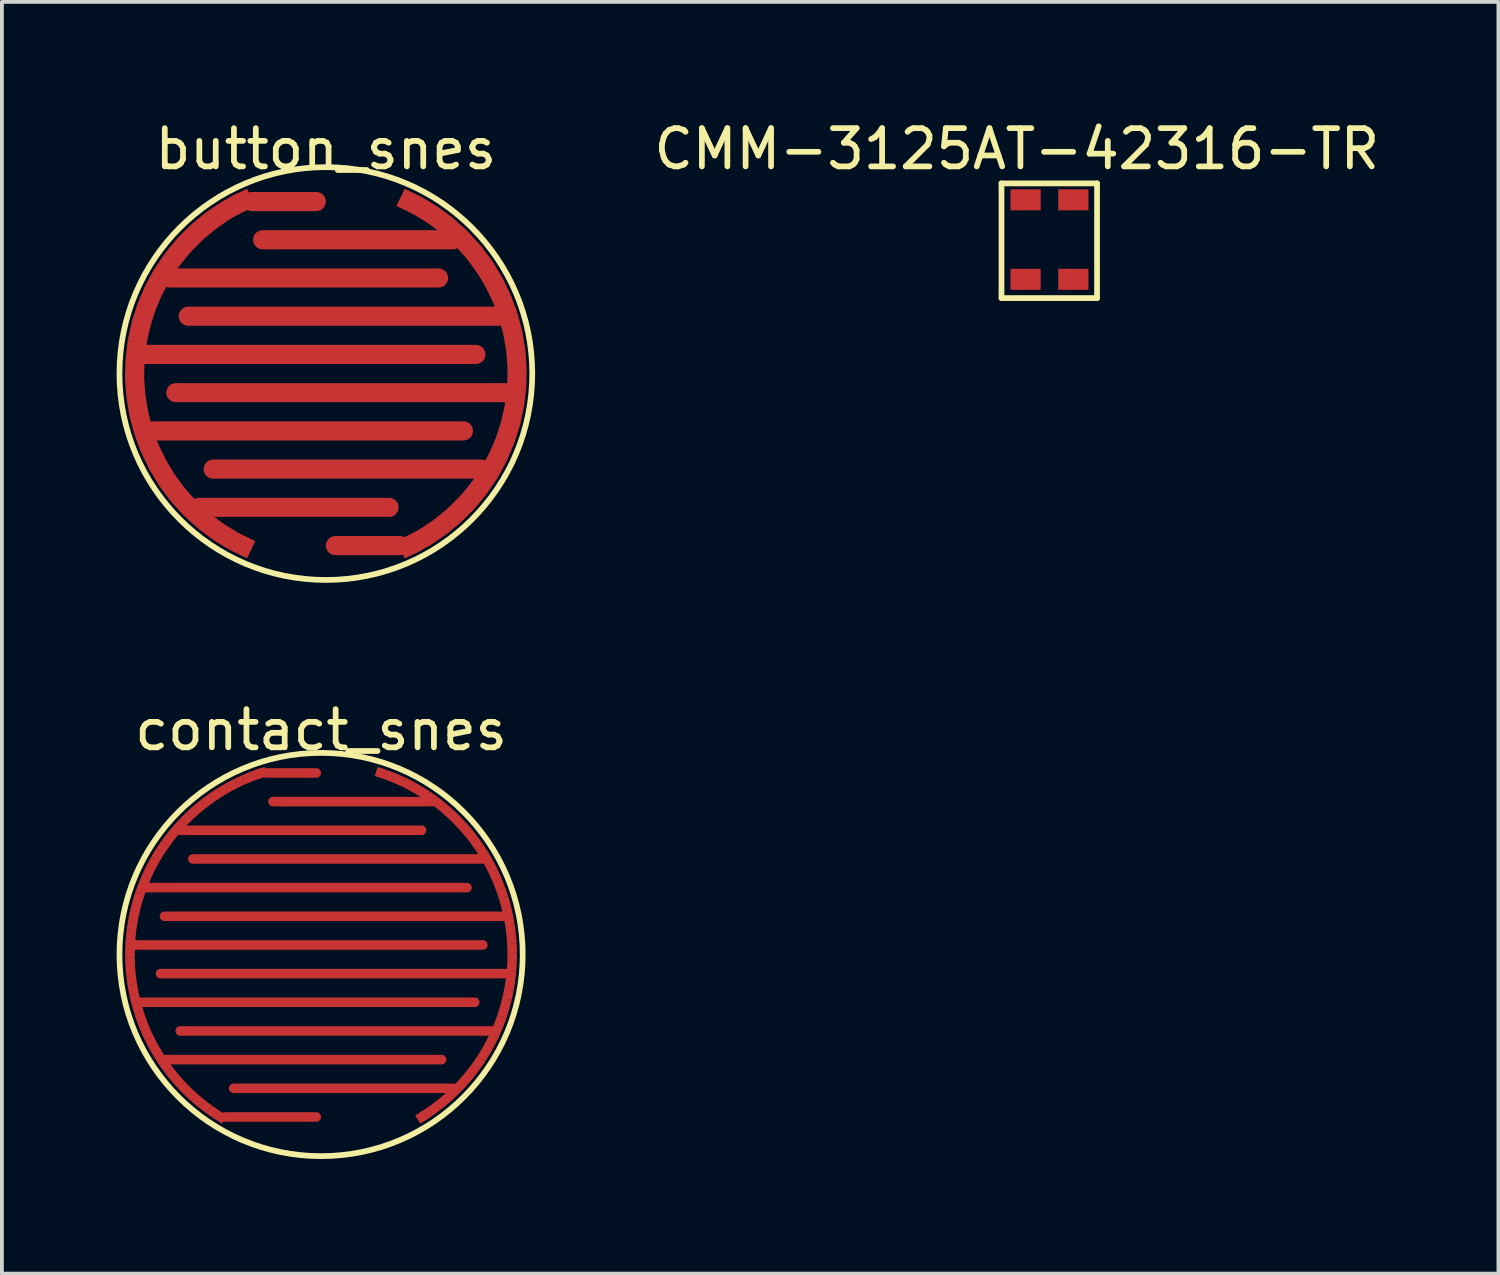
<source format=kicad_pcb>
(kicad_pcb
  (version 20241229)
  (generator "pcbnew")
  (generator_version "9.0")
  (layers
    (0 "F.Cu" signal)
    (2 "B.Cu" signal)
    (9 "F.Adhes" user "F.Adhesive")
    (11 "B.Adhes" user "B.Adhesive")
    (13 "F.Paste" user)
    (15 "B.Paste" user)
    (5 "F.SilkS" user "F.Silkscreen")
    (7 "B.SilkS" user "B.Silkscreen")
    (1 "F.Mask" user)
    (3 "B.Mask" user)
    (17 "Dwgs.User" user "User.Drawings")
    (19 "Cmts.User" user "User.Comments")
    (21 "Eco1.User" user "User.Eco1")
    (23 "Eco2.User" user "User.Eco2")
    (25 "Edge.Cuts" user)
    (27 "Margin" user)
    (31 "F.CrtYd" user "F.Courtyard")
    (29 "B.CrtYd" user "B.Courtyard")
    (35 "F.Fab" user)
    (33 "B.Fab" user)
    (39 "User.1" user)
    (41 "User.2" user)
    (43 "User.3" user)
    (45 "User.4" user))
  (footprint "contact_snes"
    (layer "F.Cu")
    (at 5.35 21.922)
    (property "Reference" "contact_snes" (at 0 -5.875 0) (layer "F.SilkS") (effects (font (size 1 1) (thickness 0.15))))
    (attr through_hole)
    (fp_circle (center 0 0) (end 0 5.275) (stroke (width 0.15) (type solid)) (fill no) (layer "F.SilkS"))
    (pad "1" smd rect (at -5 -0.042 179.518) (size 0.25 0.25) (layers "F.Cu" "F.Mask"))
    (pad "1" smd rect (at -4.996 0.202 182.313) (size 0.25 0.25) (layers "F.Cu" "F.Mask"))
    (pad "1" smd rect (at -4.992 -0.286 176.724) (size 0.25 0.25) (layers "F.Cu" "F.Mask"))
    (pad "1" smd rect (at -4.98 0.445 185.108) (size 0.25 0.25) (layers "F.Cu" "F.Mask"))
    (pad "1" smd rect (at -4.972 -0.529 173.929) (size 0.25 0.25) (layers "F.Cu" "F.Mask"))
    (pad "1" smd rect (at -4.953 0.687 187.903) (size 0.25 0.25) (layers "F.Cu" "F.Mask"))
    (pad "1" smd rect (at -4.94 -0.771 171.134) (size 0.25 0.25) (layers "F.Cu" "F.Mask"))
    (pad "1" smd rect (at -4.913 0.928 190.698) (size 0.25 0.25) (layers "F.Cu" "F.Mask"))
    (pad "1" smd rect (at -4.897 -1.011 168.339) (size 0.25 0.25) (layers "F.Cu" "F.Mask"))
    (pad "1" smd rect (at -4.862 1.167 193.493) (size 0.25 0.25) (layers "F.Cu" "F.Mask"))
    (pad "1" smd rect (at -4.842 -1.248 165.544) (size 0.25 0.25) (layers "F.Cu" "F.Mask"))
    (pad "1" smd rect (at -4.799 1.402 196.288) (size 0.25 0.25) (layers "F.Cu" "F.Mask"))
    (pad "1" smd rect (at -4.775 -1.483 162.749) (size 0.25 0.25) (layers "F.Cu" "F.Mask"))
    (pad "1" smd rect (at -4.725 1.635 199.083) (size 0.25 0.25) (layers "F.Cu" "F.Mask"))
    (pad "1" smd rect (at -4.697 -1.714 159.954) (size 0.25 0.25) (layers "F.Cu" "F.Mask"))
    (pad "1" smd rect (at -4.64 1.863 201.878) (size 0.25 0.25) (layers "F.Cu" "F.Mask"))
    (pad "1" smd rect (at -4.608 -1.941 157.159) (size 0.25 0.25) (layers "F.Cu" "F.Mask"))
    (pad "1" smd rect (at -4.544 2.087 204.673) (size 0.25 0.25) (layers "F.Cu" "F.Mask"))
    (pad "1" smd rect (at -4.508 -2.163 154.364) (size 0.25 0.25) (layers "F.Cu" "F.Mask"))
    (pad "1" smd rect (at -4.436 2.306 207.468) (size 0.25 0.25) (layers "F.Cu" "F.Mask"))
    (pad "1" smd rect (at -4.397 -2.38 151.569) (size 0.25 0.25) (layers "F.Cu" "F.Mask"))
    (pad "1" smd rect (at -4.319 2.52 210.263) (size 0.25 0.25) (layers "F.Cu" "F.Mask"))
    (pad "1" smd rect (at -4.276 -2.592 148.774) (size 0.25 0.25) (layers "F.Cu" "F.Mask"))
    (pad "1" smd rect (at -4.191 2.727 213.057) (size 0.25 0.25) (layers "F.Cu" "F.Mask"))
    (pad "1" smd rect (at -4.144 -2.797 145.979) (size 0.25 0.25) (layers "F.Cu" "F.Mask"))
    (pad "1" smd rect (at -4.053 2.928 215.852) (size 0.25 0.25) (layers "F.Cu" "F.Mask"))
    (pad "1" smd rect (at -4.003 -2.996 143.185) (size 0.25 0.25) (layers "F.Cu" "F.Mask"))
    (pad "1" smd rect (at -3.905 3.123 218.647) (size 0.25 0.25) (layers "F.Cu" "F.Mask"))
    (pad "1" smd rect (at -3.852 -3.188 140.39) (size 0.25 0.25) (layers "F.Cu" "F.Mask"))
    (pad "1" smd rect (at -3.748 3.309 221.442) (size 0.25 0.25) (layers "F.Cu" "F.Mask"))
    (pad "1" smd rect (at -3.692 -3.372 137.595) (size 0.25 0.25) (layers "F.Cu" "F.Mask"))
    (pad "1" smd rect (at -3.582 3.488 224.237) (size 0.25 0.25) (layers "F.Cu" "F.Mask"))
    (pad "1" smd rect (at -3.523 -3.548 134.8) (size 0.25 0.25) (layers "F.Cu" "F.Mask"))
    (pad "1" smd rect (at -3.408 3.659 227.032) (size 0.25 0.25) (layers "F.Cu" "F.Mask"))
    (pad "1" smd rect (at -3.346 -3.715 132.005) (size 0.25 0.25) (layers "F.Cu" "F.Mask"))
    (pad "1" smd rect (at -3.225 3.82 229.827) (size 0.25 0.25) (layers "F.Cu" "F.Mask"))
    (pad "1" smd rect (at -3.161 -3.874 129.21) (size 0.25 0.25) (layers "F.Cu" "F.Mask"))
    (pad "1" smd rect (at -3.035 3.973 232.622) (size 0.25 0.25) (layers "F.Cu" "F.Mask"))
    (pad "1" smd rect (at -2.968 -4.024 126.415) (size 0.25 0.25) (layers "F.Cu" "F.Mask"))
    (pad "1" smd rect (at -2.838 4.117 235.417) (size 0.25 0.25) (layers "F.Cu" "F.Mask"))
    (pad "1" smd rect (at -2.768 -4.164 123.62) (size 0.25 0.25) (layers "F.Cu" "F.Mask"))
    (pad "1" smd rect (at -2.634 4.25 238.212) (size 0.25 0.25) (layers "F.Cu" "F.Mask"))
    (pad "1" smd rect (at -2.562 -4.294 120.825) (size 0.25 0.25) (layers "F.Cu" "F.Mask"))
    (pad "1" smd rect (at -2.35 -4.413 118.03) (size 0.25 0.25) (layers "F.Cu" "F.Mask"))
    (pad "1" smd rect (at -2.132 -4.523 115.235) (size 0.25 0.25) (layers "F.Cu" "F.Mask"))
    (pad "1" smd rect (at -1.909 -4.621 112.44) (size 0.25 0.25) (layers "F.Cu" "F.Mask"))
    (pad "1" smd rect (at -1.681 -4.709 109.646) (size 0.25 0.25) (layers "F.Cu" "F.Mask"))
    (pad "1" smd rect (at -1.561 -4.75 108.195) (size 0.25 0.25) (layers "F.Cu" "F.Mask"))
    (pad "1" smd oval (at -1.317 4.25) (size 2.634 0.25) (layers "F.Cu" "F.Mask"))
    (pad "1" smd oval (at -0.781 -4.75) (size 1.561 0.25) (layers "F.Cu" "F.Mask"))
    (pad "1" smd oval (at -0.523 -3.25) (size 6.553 0.25) (layers "F.Cu" "F.Mask"))
    (pad "1" smd oval (at -0.45 2.75) (size 7.452 0.25) (layers "F.Cu" "F.Mask"))
    (pad "1" smd oval (at -0.371 -1.75) (size 8.625 0.25) (layers "F.Cu" "F.Mask"))
    (pad "1" smd oval (at -0.348 1.25) (size 8.986 0.25) (layers "F.Cu" "F.Mask"))
    (pad "1" smd oval (at -0.319 -0.25) (size 9.35 0.25) (layers "F.Cu" "F.Mask"))
    (pad "2" smd oval (at 0.324 0.5) (size 9.301 0.25) (layers "F.Cu" "F.Mask"))
    (pad "2" smd oval (at 0.339 -1) (size 9.12 0.25) (layers "F.Cu" "F.Mask"))
    (pad "2" smd oval (at 0.386 2) (size 8.393 0.25) (layers "F.Cu" "F.Mask"))
    (pad "2" smd oval (at 0.425 -2.5) (size 7.811 0.25) (layers "F.Cu" "F.Mask"))
    (pad "2" smd oval (at 0.579 3.5) (size 5.983 0.25) (layers "F.Cu" "F.Mask"))
    (pad "2" smd oval (at 0.808 -4) (size 4.385 0.25) (layers "F.Cu" "F.Mask"))
    (pad "2" smd rect (at 1.561 -4.75 71.805) (size 0.25 0.25) (layers "F.Cu" "F.Mask"))
    (pad "2" smd rect (at 1.791 -4.668 69.01) (size 0.25 0.25) (layers "F.Cu" "F.Mask"))
    (pad "2" smd rect (at 2.017 -4.575 66.215) (size 0.25 0.25) (layers "F.Cu" "F.Mask"))
    (pad "2" smd rect (at 2.237 -4.472 63.42) (size 0.25 0.25) (layers "F.Cu" "F.Mask"))
    (pad "2" smd rect (at 2.453 -4.357 60.625) (size 0.25 0.25) (layers "F.Cu" "F.Mask"))
    (pad "2" smd rect (at 2.634 4.25 301.788) (size 0.25 0.25) (layers "F.Cu" "F.Mask"))
    (pad "2" smd rect (at 2.662 -4.232 57.831) (size 0.25 0.25) (layers "F.Cu" "F.Mask"))
    (pad "2" smd rect (at 2.741 4.182 303.239) (size 0.25 0.25) (layers "F.Cu" "F.Mask"))
    (pad "2" smd rect (at 2.865 -4.098 55.036) (size 0.25 0.25) (layers "F.Cu" "F.Mask"))
    (pad "2" smd rect (at 2.941 4.043 306.034) (size 0.25 0.25) (layers "F.Cu" "F.Mask"))
    (pad "2" smd rect (at 3.062 -3.953 52.241) (size 0.25 0.25) (layers "F.Cu" "F.Mask"))
    (pad "2" smd rect (at 3.135 3.895 308.829) (size 0.25 0.25) (layers "F.Cu" "F.Mask"))
    (pad "2" smd rect (at 3.251 -3.799 49.446) (size 0.25 0.25) (layers "F.Cu" "F.Mask"))
    (pad "2" smd rect (at 3.321 3.738 311.624) (size 0.25 0.25) (layers "F.Cu" "F.Mask"))
    (pad "2" smd rect (at 3.432 -3.636 46.651) (size 0.25 0.25) (layers "F.Cu" "F.Mask"))
    (pad "2" smd rect (at 3.499 3.571 314.419) (size 0.25 0.25) (layers "F.Cu" "F.Mask"))
    (pad "2" smd rect (at 3.605 -3.464 43.856) (size 0.25 0.25) (layers "F.Cu" "F.Mask"))
    (pad "2" smd rect (at 3.669 3.396 317.214) (size 0.25 0.25) (layers "F.Cu" "F.Mask"))
    (pad "2" smd rect (at 3.77 -3.284 41.061) (size 0.25 0.25) (layers "F.Cu" "F.Mask"))
    (pad "2" smd rect (at 3.831 3.213 320.008) (size 0.25 0.25) (layers "F.Cu" "F.Mask"))
    (pad "2" smd rect (at 3.926 -3.097 38.266) (size 0.25 0.25) (layers "F.Cu" "F.Mask"))
    (pad "2" smd rect (at 3.983 3.023 322.803) (size 0.25 0.25) (layers "F.Cu" "F.Mask"))
    (pad "2" smd rect (at 4.072 -2.901 35.471) (size 0.25 0.25) (layers "F.Cu" "F.Mask"))
    (pad "2" smd rect (at 4.125 2.825 325.598) (size 0.25 0.25) (layers "F.Cu" "F.Mask"))
    (pad "2" smd rect (at 4.209 -2.699 32.676) (size 0.25 0.25) (layers "F.Cu" "F.Mask"))
    (pad "2" smd rect (at 4.258 2.62 328.393) (size 0.25 0.25) (layers "F.Cu" "F.Mask"))
    (pad "2" smd rect (at 4.335 -2.491 29.881) (size 0.25 0.25) (layers "F.Cu" "F.Mask"))
    (pad "2" smd rect (at 4.381 2.41 331.188) (size 0.25 0.25) (layers "F.Cu" "F.Mask"))
    (pad "2" smd rect (at 4.452 -2.277 27.086) (size 0.25 0.25) (layers "F.Cu" "F.Mask"))
    (pad "2" smd rect (at 4.493 2.193 333.983) (size 0.25 0.25) (layers "F.Cu" "F.Mask"))
    (pad "2" smd rect (at 4.557 -2.057 24.292) (size 0.25 0.25) (layers "F.Cu" "F.Mask"))
    (pad "2" smd rect (at 4.595 1.971 336.778) (size 0.25 0.25) (layers "F.Cu" "F.Mask"))
    (pad "2" smd rect (at 4.652 -1.832 21.497) (size 0.25 0.25) (layers "F.Cu" "F.Mask"))
    (pad "2" smd rect (at 4.686 1.745 339.573) (size 0.25 0.25) (layers "F.Cu" "F.Mask"))
    (pad "2" smd rect (at 4.736 -1.603 18.702) (size 0.25 0.25) (layers "F.Cu" "F.Mask"))
    (pad "2" smd rect (at 4.765 1.515 342.368) (size 0.25 0.25) (layers "F.Cu" "F.Mask"))
    (pad "2" smd rect (at 4.809 -1.37 15.907) (size 0.25 0.25) (layers "F.Cu" "F.Mask"))
    (pad "2" smd rect (at 4.833 1.28 345.163) (size 0.25 0.25) (layers "F.Cu" "F.Mask"))
    (pad "2" smd rect (at 4.87 -1.134 13.112) (size 0.25 0.25) (layers "F.Cu" "F.Mask"))
    (pad "2" smd rect (at 4.89 1.043 347.958) (size 0.25 0.25) (layers "F.Cu" "F.Mask"))
    (pad "2" smd rect (at 4.919 -0.895 10.317) (size 0.25 0.25) (layers "F.Cu" "F.Mask"))
    (pad "2" smd rect (at 4.935 0.803 350.753) (size 0.25 0.25) (layers "F.Cu" "F.Mask"))
    (pad "2" smd rect (at 4.957 -0.655 7.522) (size 0.25 0.25) (layers "F.Cu" "F.Mask"))
    (pad "2" smd rect (at 4.968 0.562 353.547) (size 0.25 0.25) (layers "F.Cu" "F.Mask"))
    (pad "2" smd rect (at 4.983 -0.412 4.727) (size 0.25 0.25) (layers "F.Cu" "F.Mask"))
    (pad "2" smd rect (at 4.99 0.319 356.342) (size 0.25 0.25) (layers "F.Cu" "F.Mask"))
    (pad "2" smd rect (at 4.997 -0.169 1.932) (size 0.25 0.25) (layers "F.Cu" "F.Mask"))
    (pad "2" smd rect (at 4.999 0.075 359.137) (size 0.25 0.25) (layers "F.Cu" "F.Mask")))
  (footprint "button_snes"
    (layer "F.Cu")
    (at 5.475 6.723)
    (property "Reference" "button_snes" (at 0 -5.875 0) (layer "F.SilkS") (effects (font (size 1 1) (thickness 0.15))))
    (attr through_hole)
    (fp_circle (center 0 0) (end 0 5.4) (stroke (width 0.15) (type solid)) (fill no) (layer "F.SilkS"))
    (pad "1" smd rect (at -4.999 -0.115 178.677) (size 0.5 0.5) (layers "F.Cu" "F.Mask"))
    (pad "1" smd rect (at -4.987 0.36 184.134) (size 0.5 0.5) (layers "F.Cu" "F.Mask"))
    (pad "1" smd rect (at -4.965 -0.59 173.22) (size 0.5 0.5) (layers "F.Cu" "F.Mask"))
    (pad "1" smd rect (at -4.93 0.833 189.591) (size 0.5 0.5) (layers "F.Cu" "F.Mask"))
    (pad "1" smd rect (at -4.886 -1.06 167.764) (size 0.5 0.5) (layers "F.Cu" "F.Mask"))
    (pad "1" smd rect (at -4.829 1.298 195.047) (size 0.5 0.5) (layers "F.Cu" "F.Mask"))
    (pad "1" smd rect (at -4.763 -1.52 162.307) (size 0.5 0.5) (layers "F.Cu" "F.Mask"))
    (pad "1" smd rect (at -4.683 1.751 200.504) (size 0.5 0.5) (layers "F.Cu" "F.Mask"))
    (pad "1" smd rect (at -4.597 -1.966 156.85) (size 0.5 0.5) (layers "F.Cu" "F.Mask"))
    (pad "1" smd rect (at -4.495 2.189 205.961) (size 0.5 0.5) (layers "F.Cu" "F.Mask"))
    (pad "1" smd rect (at -4.39 -2.394 151.393) (size 0.5 0.5) (layers "F.Cu" "F.Mask"))
    (pad "1" smd rect (at -4.267 2.606 211.418) (size 0.5 0.5) (layers "F.Cu" "F.Mask"))
    (pad "1" smd rect (at -4.142 -2.801 145.937) (size 0.5 0.5) (layers "F.Cu" "F.Mask"))
    (pad "1" smd rect (at -4 3 216.874) (size 0.5 0.5) (layers "F.Cu" "F.Mask"))
    (pad "1" smd rect (at -3.857 -3.182 140.48) (size 0.5 0.5) (layers "F.Cu" "F.Mask"))
    (pad "1" smd rect (at -3.696 3.367 222.331) (size 0.5 0.5) (layers "F.Cu" "F.Mask"))
    (pad "1" smd rect (at -3.537 -3.534 135.023) (size 0.5 0.5) (layers "F.Cu" "F.Mask"))
    (pad "1" smd rect (at -3.359 3.703 227.788) (size 0.5 0.5) (layers "F.Cu" "F.Mask"))
    (pad "1" smd rect (at -3.185 -3.854 129.567) (size 0.5 0.5) (layers "F.Cu" "F.Mask"))
    (pad "1" smd rect (at -2.992 4.006 233.245) (size 0.5 0.5) (layers "F.Cu" "F.Mask"))
    (pad "1" smd rect (at -2.804 -4.14 124.11) (size 0.5 0.5) (layers "F.Cu" "F.Mask"))
    (pad "1" smd rect (at -2.597 4.272 238.701) (size 0.5 0.5) (layers "F.Cu" "F.Mask"))
    (pad "1" smd rect (at -2.398 -4.388 118.653) (size 0.5 0.5) (layers "F.Cu" "F.Mask"))
    (pad "1" smd rect (at -2.179 -4.5 115.842) (size 0.5 0.5) (layers "F.Cu" "F.Mask"))
    (pad "1" smd rect (at -2.179 4.5 244.158) (size 0.5 0.5) (layers "F.Cu" "F.Mask"))
    (pad "1" smd oval (at -1.09 -4.5) (size 2.179 0.5) (layers "F.Cu" "F.Mask"))
    (pad "1" smd oval (at -0.834 3.5) (size 5.474 0.5) (layers "F.Cu" "F.Mask"))
    (pad "1" smd oval (at -0.566 -2.5) (size 7.527 0.5) (layers "F.Cu" "F.Mask"))
    (pad "1" smd oval (at -0.46 1.5) (size 8.62 0.5) (layers "F.Cu" "F.Mask"))
    (pad "1" smd oval (at -0.4 -0.5) (size 9.149 0.5) (layers "F.Cu" "F.Mask"))
    (pad "2" smd oval (at 0.4 0.5) (size 9.149 0.5) (layers "F.Cu" "F.Mask"))
    (pad "2" smd oval (at 0.46 -1.5) (size 8.62 0.5) (layers "F.Cu" "F.Mask"))
    (pad "2" smd oval (at 0.566 2.5) (size 7.527 0.5) (layers "F.Cu" "F.Mask"))
    (pad "2" smd oval (at 0.834 -3.5) (size 5.474 0.5) (layers "F.Cu" "F.Mask"))
    (pad "2" smd oval (at 1.09 4.5) (size 2.179 0.5) (layers "F.Cu" "F.Mask"))
    (pad "2" smd rect (at 2.179 -4.5 64.158) (size 0.5 0.5) (layers "F.Cu" "F.Mask"))
    (pad "2" smd rect (at 2.179 4.5 295.842) (size 0.5 0.5) (layers "F.Cu" "F.Mask"))
    (pad "2" smd rect (at 2.398 4.388 298.653) (size 0.5 0.5) (layers "F.Cu" "F.Mask"))
    (pad "2" smd rect (at 2.597 -4.272 58.701) (size 0.5 0.5) (layers "F.Cu" "F.Mask"))
    (pad "2" smd rect (at 2.804 4.14 304.11) (size 0.5 0.5) (layers "F.Cu" "F.Mask"))
    (pad "2" smd rect (at 2.992 -4.006 53.245) (size 0.5 0.5) (layers "F.Cu" "F.Mask"))
    (pad "2" smd rect (at 3.185 3.854 309.567) (size 0.5 0.5) (layers "F.Cu" "F.Mask"))
    (pad "2" smd rect (at 3.359 -3.703 47.788) (size 0.5 0.5) (layers "F.Cu" "F.Mask"))
    (pad "2" smd rect (at 3.537 3.534 315.023) (size 0.5 0.5) (layers "F.Cu" "F.Mask"))
    (pad "2" smd rect (at 3.696 -3.367 42.331) (size 0.5 0.5) (layers "F.Cu" "F.Mask"))
    (pad "2" smd rect (at 3.857 3.182 320.48) (size 0.5 0.5) (layers "F.Cu" "F.Mask"))
    (pad "2" smd rect (at 4 -3 36.874) (size 0.5 0.5) (layers "F.Cu" "F.Mask"))
    (pad "2" smd rect (at 4.142 2.801 325.937) (size 0.5 0.5) (layers "F.Cu" "F.Mask"))
    (pad "2" smd rect (at 4.267 -2.606 31.418) (size 0.5 0.5) (layers "F.Cu" "F.Mask"))
    (pad "2" smd rect (at 4.39 2.394 331.393) (size 0.5 0.5) (layers "F.Cu" "F.Mask"))
    (pad "2" smd rect (at 4.495 -2.189 25.961) (size 0.5 0.5) (layers "F.Cu" "F.Mask"))
    (pad "2" smd rect (at 4.597 1.966 336.85) (size 0.5 0.5) (layers "F.Cu" "F.Mask"))
    (pad "2" smd rect (at 4.683 -1.751 20.504) (size 0.5 0.5) (layers "F.Cu" "F.Mask"))
    (pad "2" smd rect (at 4.763 1.52 342.307) (size 0.5 0.5) (layers "F.Cu" "F.Mask"))
    (pad "2" smd rect (at 4.829 -1.298 15.047) (size 0.5 0.5) (layers "F.Cu" "F.Mask"))
    (pad "2" smd rect (at 4.886 1.06 347.764) (size 0.5 0.5) (layers "F.Cu" "F.Mask"))
    (pad "2" smd rect (at 4.93 -0.833 9.591) (size 0.5 0.5) (layers "F.Cu" "F.Mask"))
    (pad "2" smd rect (at 4.965 0.59 353.22) (size 0.5 0.5) (layers "F.Cu" "F.Mask"))
    (pad "2" smd rect (at 4.987 -0.36 4.134) (size 0.5 0.5) (layers "F.Cu" "F.Mask"))
    (pad "2" smd rect (at 4.999 0.115 358.677) (size 0.5 0.5) (layers "F.Cu" "F.Mask")))
  (footprint "CMM-3125AT-42316-TR"
    (layer "F.Cu")
    (at 23.551 1.948)
    (property "Reference" "CMM-3125AT-42316-TR" (at 0 -1.1 0) (layer "F.SilkS") (effects (font (size 1 1) (thickness 0.15))))
    (attr through_hole)
    (fp_line (start -0.4 -0.2) (end 2.1 -0.2) (stroke (width 0.15) (type solid)) (layer "F.SilkS"))
    (fp_line (start -0.4 2.8) (end -0.4 -0.2) (stroke (width 0.15) (type solid)) (layer "F.SilkS"))
    (fp_line (start 2.1 -0.2) (end 2.1 2.8) (stroke (width 0.15) (type solid)) (layer "F.SilkS"))
    (fp_line (start 2.1 2.8) (end -0.4 2.8) (stroke (width 0.15) (type solid)) (layer "F.SilkS"))
    (pad "1" smd rect (at 1.48 0.23) (size 0.79 0.55) (layers "F.Cu" "F.Mask" "F.Paste"))
    (pad "2" smd rect (at 1.48 2.31) (size 0.79 0.55) (layers "F.Cu" "F.Mask" "F.Paste"))
    (pad "3" smd rect (at 0.23 2.31) (size 0.79 0.55) (layers "F.Cu" "F.Mask" "F.Paste"))
    (pad "4" smd rect (at 0.23 0.23) (size 0.79 0.55) (layers "F.Cu" "F.Mask" "F.Paste")))
  (gr_rect
    (start -3 -3)
    (end 36.152 30.271)
    (stroke (width 0.1) (type default))
    (fill no)
    (layer "Edge.Cuts")))
</source>
